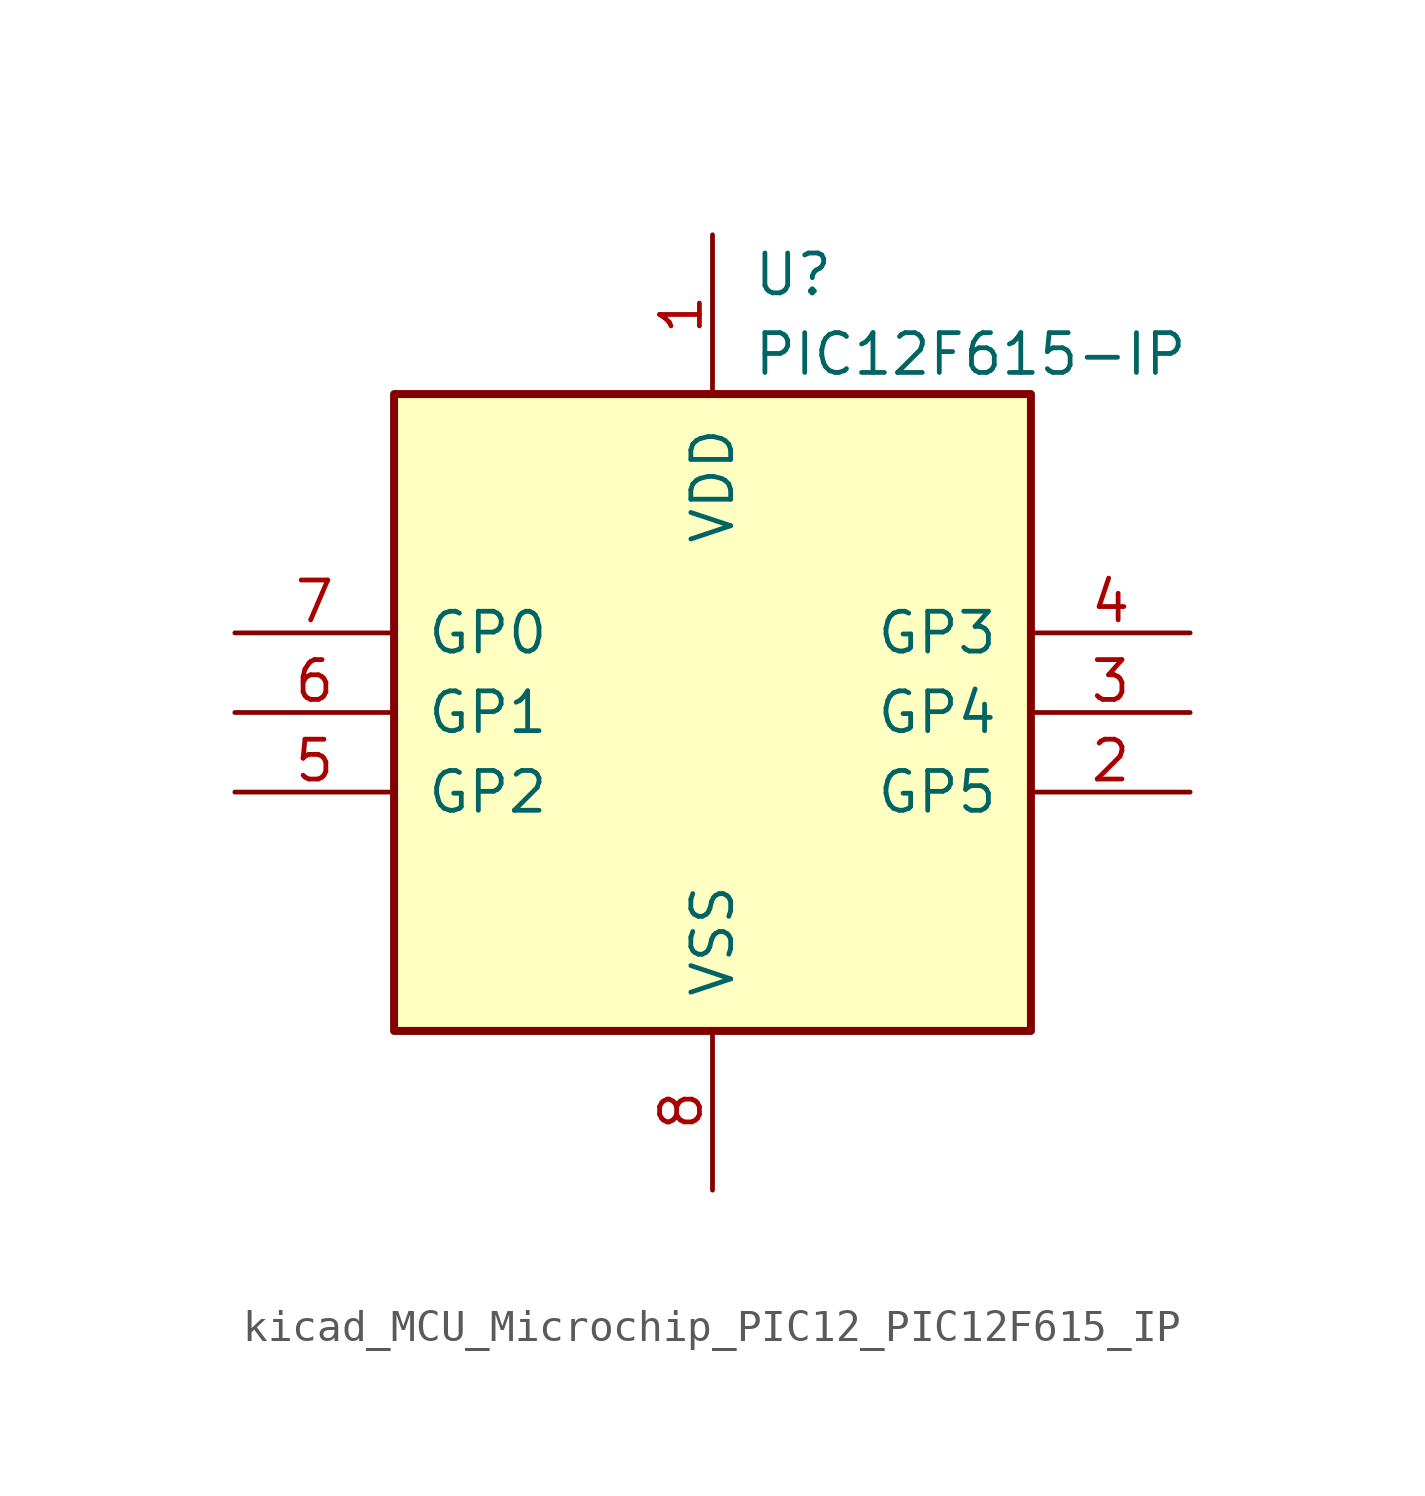
<source format=kicad_sym>
(kicad_symbol_lib
  (version 20220914)
  (generator kicad_symbol_editor)
  (symbol "kicad_MCU_Microchip_PIC12_PIC12F615_IP"
    (pin_names
      (offset 1.016))
    (property "Reference" "U"
      (at 1.27 13.97 0)
      (effects (font (size 1.27 1.27)) (justify left)))
    (property "Value" "PIC12F615-IP"
      (at 1.27 11.43 0)
      (effects (font (size 1.27 1.27)) (justify left)))
    (symbol "kicad_MCU_Microchip_PIC12_PIC12F615_IP_0_1"
      (rectangle (start 10.16 -10.16) (end -10.16 10.16) (stroke (width 0.254) (type default)) (fill (type background))))
    (symbol "kicad_MCU_Microchip_PIC12_PIC12F615_IP_1_1"
      (pin power_in line (at 0 15.24 270) (length 5.08) (name "VDD" (effects (font (size 1.27 1.27)))) (number "1" (effects (font (size 1.27 1.27)))))
      (pin bidirectional line (at 15.24 -2.54 180) (length 5.08) (name "GP5" (effects (font (size 1.27 1.27)))) (number "2" (effects (font (size 1.27 1.27)))))
      (pin bidirectional line (at 15.24 0 180) (length 5.08) (name "GP4" (effects (font (size 1.27 1.27)))) (number "3" (effects (font (size 1.27 1.27)))))
      (pin input line (at 15.24 2.54 180) (length 5.08) (name "GP3" (effects (font (size 1.27 1.27)))) (number "4" (effects (font (size 1.27 1.27)))))
      (pin bidirectional line (at -15.24 -2.54 0) (length 5.08) (name "GP2" (effects (font (size 1.27 1.27)))) (number "5" (effects (font (size 1.27 1.27)))))
      (pin bidirectional line (at -15.24 0 0) (length 5.08) (name "GP1" (effects (font (size 1.27 1.27)))) (number "6" (effects (font (size 1.27 1.27)))))
      (pin bidirectional line (at -15.24 2.54 0) (length 5.08) (name "GP0" (effects (font (size 1.27 1.27)))) (number "7" (effects (font (size 1.27 1.27)))))
      (pin power_in line (at 0 -15.24 90) (length 5.08) (name "VSS" (effects (font (size 1.27 1.27)))) (number "8" (effects (font (size 1.27 1.27))))))))
</source>
